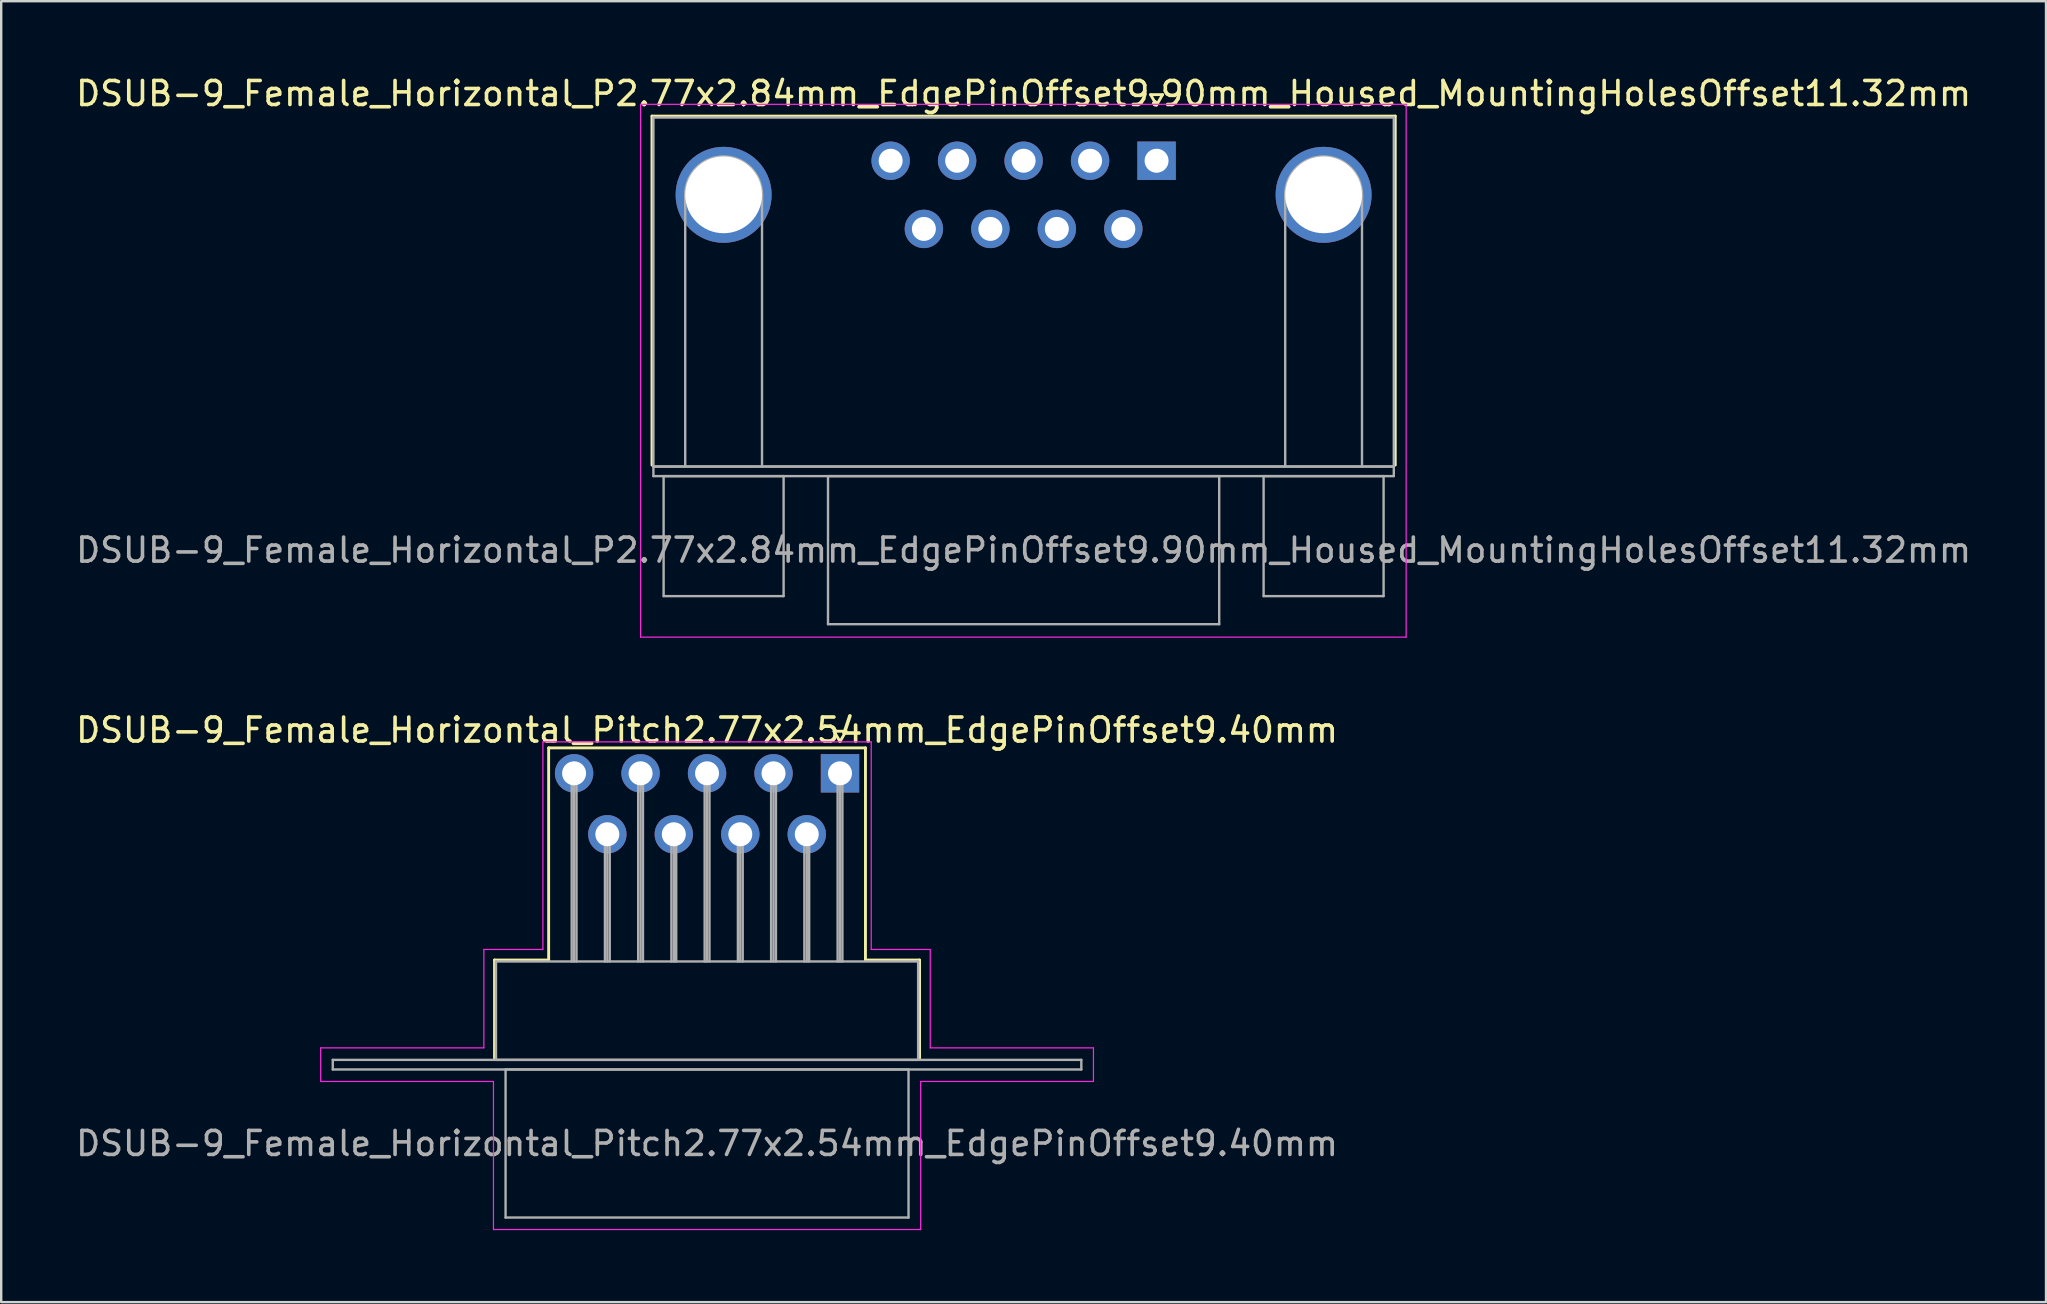
<source format=kicad_pcb>
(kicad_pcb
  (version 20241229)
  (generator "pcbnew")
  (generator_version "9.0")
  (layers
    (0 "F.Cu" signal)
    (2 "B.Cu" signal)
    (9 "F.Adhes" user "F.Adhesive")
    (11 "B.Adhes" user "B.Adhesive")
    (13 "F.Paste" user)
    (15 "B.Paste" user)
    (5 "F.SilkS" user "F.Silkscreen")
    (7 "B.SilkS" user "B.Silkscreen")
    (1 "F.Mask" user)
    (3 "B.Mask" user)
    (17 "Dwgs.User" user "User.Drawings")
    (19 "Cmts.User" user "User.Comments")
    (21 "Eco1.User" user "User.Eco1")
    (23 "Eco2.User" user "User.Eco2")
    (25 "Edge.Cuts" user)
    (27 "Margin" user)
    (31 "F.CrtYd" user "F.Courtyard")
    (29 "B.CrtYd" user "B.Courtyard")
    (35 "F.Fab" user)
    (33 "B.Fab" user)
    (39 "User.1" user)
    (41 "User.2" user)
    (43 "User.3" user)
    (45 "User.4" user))
  (footprint "DSUB-9_Female_Horizontal_Pitch2.77x2.54mm_EdgePinOffset9.40mm"
    (layer "F.Cu")
    (at 31.951 29.172)
    (property "Reference" "DSUB-9_Female_Horizontal_Pitch2.77x2.54mm_EdgePinOffset9.40mm" (at -5.54 -1.8 0) (layer "F.SilkS") (effects (font (size 1 1) (thickness 0.15))))
    (attr through_hole)
    (fp_line (start -14.395 7.78) (end -12.14 7.78) (stroke (width 0.12) (type solid)) (layer "F.SilkS"))
    (fp_line (start -14.395 11.88) (end -14.395 7.78) (stroke (width 0.12) (type solid)) (layer "F.SilkS"))
    (fp_line (start -12.14 -1.06) (end 1.06 -1.06) (stroke (width 0.12) (type solid)) (layer "F.SilkS"))
    (fp_line (start -12.14 7.78) (end -12.14 -1.06) (stroke (width 0.12) (type solid)) (layer "F.SilkS"))
    (fp_line (start -0.25 -1.754) (end 0.25 -1.754) (stroke (width 0.12) (type solid)) (layer "F.SilkS"))
    (fp_line (start 0 -1.321) (end -0.25 -1.754) (stroke (width 0.12) (type solid)) (layer "F.SilkS"))
    (fp_line (start 0.25 -1.754) (end 0 -1.321) (stroke (width 0.12) (type solid)) (layer "F.SilkS"))
    (fp_line (start 1.06 -1.06) (end 1.06 7.78) (stroke (width 0.12) (type solid)) (layer "F.SilkS"))
    (fp_line (start 1.06 7.78) (end 3.315 7.78) (stroke (width 0.12) (type solid)) (layer "F.SilkS"))
    (fp_line (start 3.315 7.78) (end 3.315 11.88) (stroke (width 0.12) (type solid)) (layer "F.SilkS"))
    (fp_line (start -21.64 11.44) (end -14.84 11.44) (stroke (width 0.05) (type solid)) (layer "F.CrtYd"))
    (fp_line (start -21.64 12.84) (end -21.64 11.44) (stroke (width 0.05) (type solid)) (layer "F.CrtYd"))
    (fp_line (start -14.84 7.34) (end -12.38 7.34) (stroke (width 0.05) (type solid)) (layer "F.CrtYd"))
    (fp_line (start -14.84 11.44) (end -14.84 7.34) (stroke (width 0.05) (type solid)) (layer "F.CrtYd"))
    (fp_line (start -14.44 12.84) (end -21.64 12.84) (stroke (width 0.05) (type solid)) (layer "F.CrtYd"))
    (fp_line (start -14.44 19.01) (end -14.44 12.84) (stroke (width 0.05) (type solid)) (layer "F.CrtYd"))
    (fp_line (start -12.38 -1.31) (end 1.3 -1.31) (stroke (width 0.05) (type solid)) (layer "F.CrtYd"))
    (fp_line (start -12.38 7.34) (end -12.38 -1.31) (stroke (width 0.05) (type solid)) (layer "F.CrtYd"))
    (fp_line (start 1.3 -1.31) (end 1.3 7.34) (stroke (width 0.05) (type solid)) (layer "F.CrtYd"))
    (fp_line (start 1.3 7.34) (end 3.76 7.34) (stroke (width 0.05) (type solid)) (layer "F.CrtYd"))
    (fp_line (start 3.36 12.84) (end 3.36 19.01) (stroke (width 0.05) (type solid)) (layer "F.CrtYd"))
    (fp_line (start 3.36 19.01) (end -14.44 19.01) (stroke (width 0.05) (type solid)) (layer "F.CrtYd"))
    (fp_line (start 3.76 7.34) (end 3.76 11.44) (stroke (width 0.05) (type solid)) (layer "F.CrtYd"))
    (fp_line (start 3.76 11.44) (end 10.56 11.44) (stroke (width 0.05) (type solid)) (layer "F.CrtYd"))
    (fp_line (start 10.56 11.44) (end 10.56 12.84) (stroke (width 0.05) (type solid)) (layer "F.CrtYd"))
    (fp_line (start 10.56 12.84) (end 3.36 12.84) (stroke (width 0.05) (type solid)) (layer "F.CrtYd"))
    (fp_line (start -21.135 11.94) (end -21.135 12.34) (stroke (width 0.1) (type solid)) (layer "F.Fab"))
    (fp_line (start -21.135 12.34) (end 10.055 12.34) (stroke (width 0.1) (type solid)) (layer "F.Fab"))
    (fp_line (start -14.335 7.84) (end -14.335 11.94) (stroke (width 0.1) (type solid)) (layer "F.Fab"))
    (fp_line (start -14.335 11.94) (end 3.255 11.94) (stroke (width 0.1) (type solid)) (layer "F.Fab"))
    (fp_line (start -13.935 12.34) (end -13.935 18.51) (stroke (width 0.1) (type solid)) (layer "F.Fab"))
    (fp_line (start -13.935 18.51) (end 2.855 18.51) (stroke (width 0.1) (type solid)) (layer "F.Fab"))
    (fp_line (start -11.18 0) (end -11.18 7.84) (stroke (width 0.1) (type solid)) (layer "F.Fab"))
    (fp_line (start -11.08 0) (end -11.08 7.84) (stroke (width 0.1) (type solid)) (layer "F.Fab"))
    (fp_line (start -10.98 0) (end -10.98 7.84) (stroke (width 0.1) (type solid)) (layer "F.Fab"))
    (fp_line (start -9.795 2.54) (end -9.795 7.84) (stroke (width 0.1) (type solid)) (layer "F.Fab"))
    (fp_line (start -9.695 2.54) (end -9.695 7.84) (stroke (width 0.1) (type solid)) (layer "F.Fab"))
    (fp_line (start -9.595 2.54) (end -9.595 7.84) (stroke (width 0.1) (type solid)) (layer "F.Fab"))
    (fp_line (start -8.41 0) (end -8.41 7.84) (stroke (width 0.1) (type solid)) (layer "F.Fab"))
    (fp_line (start -8.31 0) (end -8.31 7.84) (stroke (width 0.1) (type solid)) (layer "F.Fab"))
    (fp_line (start -8.21 0) (end -8.21 7.84) (stroke (width 0.1) (type solid)) (layer "F.Fab"))
    (fp_line (start -7.025 2.54) (end -7.025 7.84) (stroke (width 0.1) (type solid)) (layer "F.Fab"))
    (fp_line (start -6.925 2.54) (end -6.925 7.84) (stroke (width 0.1) (type solid)) (layer "F.Fab"))
    (fp_line (start -6.825 2.54) (end -6.825 7.84) (stroke (width 0.1) (type solid)) (layer "F.Fab"))
    (fp_line (start -5.64 0) (end -5.64 7.84) (stroke (width 0.1) (type solid)) (layer "F.Fab"))
    (fp_line (start -5.54 0) (end -5.54 7.84) (stroke (width 0.1) (type solid)) (layer "F.Fab"))
    (fp_line (start -5.44 0) (end -5.44 7.84) (stroke (width 0.1) (type solid)) (layer "F.Fab"))
    (fp_line (start -4.255 2.54) (end -4.255 7.84) (stroke (width 0.1) (type solid)) (layer "F.Fab"))
    (fp_line (start -4.155 2.54) (end -4.155 7.84) (stroke (width 0.1) (type solid)) (layer "F.Fab"))
    (fp_line (start -4.055 2.54) (end -4.055 7.84) (stroke (width 0.1) (type solid)) (layer "F.Fab"))
    (fp_line (start -2.87 0) (end -2.87 7.84) (stroke (width 0.1) (type solid)) (layer "F.Fab"))
    (fp_line (start -2.77 0) (end -2.77 7.84) (stroke (width 0.1) (type solid)) (layer "F.Fab"))
    (fp_line (start -2.67 0) (end -2.67 7.84) (stroke (width 0.1) (type solid)) (layer "F.Fab"))
    (fp_line (start -1.485 2.54) (end -1.485 7.84) (stroke (width 0.1) (type solid)) (layer "F.Fab"))
    (fp_line (start -1.385 2.54) (end -1.385 7.84) (stroke (width 0.1) (type solid)) (layer "F.Fab"))
    (fp_line (start -1.285 2.54) (end -1.285 7.84) (stroke (width 0.1) (type solid)) (layer "F.Fab"))
    (fp_line (start -0.1 0) (end -0.1 7.84) (stroke (width 0.1) (type solid)) (layer "F.Fab"))
    (fp_line (start 0 0) (end 0 7.84) (stroke (width 0.1) (type solid)) (layer "F.Fab"))
    (fp_line (start 0.1 0) (end 0.1 7.84) (stroke (width 0.1) (type solid)) (layer "F.Fab"))
    (fp_line (start 2.855 12.34) (end -13.935 12.34) (stroke (width 0.1) (type solid)) (layer "F.Fab"))
    (fp_line (start 2.855 18.51) (end 2.855 12.34) (stroke (width 0.1) (type solid)) (layer "F.Fab"))
    (fp_line (start 3.255 7.84) (end -14.335 7.84) (stroke (width 0.1) (type solid)) (layer "F.Fab"))
    (fp_line (start 3.255 11.94) (end 3.255 7.84) (stroke (width 0.1) (type solid)) (layer "F.Fab"))
    (fp_line (start 10.055 11.94) (end -21.135 11.94) (stroke (width 0.1) (type solid)) (layer "F.Fab"))
    (fp_line (start 10.055 12.34) (end 10.055 11.94) (stroke (width 0.1) (type solid)) (layer "F.Fab"))
    (fp_text user "${REFERENCE}" (at -5.54 15.425 0) (layer "F.Fab") (effects (font (size 1 1) (thickness 0.15))))
    (pad "1" thru_hole rect (at 0 0) (size 1.6 1.6) (drill 1) (layers "*.Cu" "*.Mask"))
    (pad "2" thru_hole circle (at -2.77 0) (size 1.6 1.6) (drill 1) (layers "*.Cu" "*.Mask"))
    (pad "3" thru_hole circle (at -5.54 0) (size 1.6 1.6) (drill 1) (layers "*.Cu" "*.Mask"))
    (pad "4" thru_hole circle (at -8.31 0) (size 1.6 1.6) (drill 1) (layers "*.Cu" "*.Mask"))
    (pad "5" thru_hole circle (at -11.08 0) (size 1.6 1.6) (drill 1) (layers "*.Cu" "*.Mask"))
    (pad "6" thru_hole circle (at -1.385 2.54) (size 1.6 1.6) (drill 1) (layers "*.Cu" "*.Mask"))
    (pad "7" thru_hole circle (at -4.155 2.54) (size 1.6 1.6) (drill 1) (layers "*.Cu" "*.Mask"))
    (pad "8" thru_hole circle (at -6.925 2.54) (size 1.6 1.6) (drill 1) (layers "*.Cu" "*.Mask"))
    (pad "9" thru_hole circle (at -9.695 2.54) (size 1.6 1.6) (drill 1) (layers "*.Cu" "*.Mask")))
  (footprint "DSUB-9_Female_Horizontal_P2.77x2.84mm_EdgePinOffset9.90mm_Housed_MountingHolesOffset11.32mm"
    (layer "F.Cu")
    (at 45.141 3.648)
    (property "Reference" "DSUB-9_Female_Horizontal_P2.77x2.84mm_EdgePinOffset9.90mm_Housed_MountingHolesOffset11.32mm" (at -5.54 -2.8 0) (layer "F.SilkS") (effects (font (size 1 1) (thickness 0.15))))
    (attr through_hole)
    (fp_line (start -21.025 -1.86) (end 9.945 -1.86) (stroke (width 0.12) (type solid)) (layer "F.SilkS"))
    (fp_line (start -21.025 12.68) (end -21.025 -1.86) (stroke (width 0.12) (type solid)) (layer "F.SilkS"))
    (fp_line (start -0.25 -2.754) (end 0.25 -2.754) (stroke (width 0.12) (type solid)) (layer "F.SilkS"))
    (fp_line (start 0 -2.321) (end -0.25 -2.754) (stroke (width 0.12) (type solid)) (layer "F.SilkS"))
    (fp_line (start 0.25 -2.754) (end 0 -2.321) (stroke (width 0.12) (type solid)) (layer "F.SilkS"))
    (fp_line (start 9.945 -1.86) (end 9.945 12.68) (stroke (width 0.12) (type solid)) (layer "F.SilkS"))
    (fp_line (start -21.5 -2.35) (end -21.5 19.85) (stroke (width 0.05) (type solid)) (layer "F.CrtYd"))
    (fp_line (start -21.5 19.85) (end 10.4 19.85) (stroke (width 0.05) (type solid)) (layer "F.CrtYd"))
    (fp_line (start 10.4 -2.35) (end -21.5 -2.35) (stroke (width 0.05) (type solid)) (layer "F.CrtYd"))
    (fp_line (start 10.4 19.85) (end 10.4 -2.35) (stroke (width 0.05) (type solid)) (layer "F.CrtYd"))
    (fp_line (start -20.965 -1.8) (end -20.965 12.74) (stroke (width 0.1) (type solid)) (layer "F.Fab"))
    (fp_line (start -20.965 12.74) (end -20.965 13.14) (stroke (width 0.1) (type solid)) (layer "F.Fab"))
    (fp_line (start -20.965 12.74) (end 9.885 12.74) (stroke (width 0.1) (type solid)) (layer "F.Fab"))
    (fp_line (start -20.965 13.14) (end 9.885 13.14) (stroke (width 0.1) (type solid)) (layer "F.Fab"))
    (fp_line (start -20.54 13.14) (end -20.54 18.14) (stroke (width 0.1) (type solid)) (layer "F.Fab"))
    (fp_line (start -20.54 18.14) (end -15.54 18.14) (stroke (width 0.1) (type solid)) (layer "F.Fab"))
    (fp_line (start -19.64 12.74) (end -19.64 1.42) (stroke (width 0.1) (type solid)) (layer "F.Fab"))
    (fp_line (start -16.44 12.74) (end -16.44 1.42) (stroke (width 0.1) (type solid)) (layer "F.Fab"))
    (fp_line (start -15.54 13.14) (end -20.54 13.14) (stroke (width 0.1) (type solid)) (layer "F.Fab"))
    (fp_line (start -15.54 18.14) (end -15.54 13.14) (stroke (width 0.1) (type solid)) (layer "F.Fab"))
    (fp_line (start -13.69 13.14) (end -13.69 19.31) (stroke (width 0.1) (type solid)) (layer "F.Fab"))
    (fp_line (start -13.69 19.31) (end 2.61 19.31) (stroke (width 0.1) (type solid)) (layer "F.Fab"))
    (fp_line (start 2.61 13.14) (end -13.69 13.14) (stroke (width 0.1) (type solid)) (layer "F.Fab"))
    (fp_line (start 2.61 19.31) (end 2.61 13.14) (stroke (width 0.1) (type solid)) (layer "F.Fab"))
    (fp_line (start 4.46 13.14) (end 4.46 18.14) (stroke (width 0.1) (type solid)) (layer "F.Fab"))
    (fp_line (start 4.46 18.14) (end 9.46 18.14) (stroke (width 0.1) (type solid)) (layer "F.Fab"))
    (fp_line (start 5.36 12.74) (end 5.36 1.42) (stroke (width 0.1) (type solid)) (layer "F.Fab"))
    (fp_line (start 8.56 12.74) (end 8.56 1.42) (stroke (width 0.1) (type solid)) (layer "F.Fab"))
    (fp_line (start 9.46 13.14) (end 4.46 13.14) (stroke (width 0.1) (type solid)) (layer "F.Fab"))
    (fp_line (start 9.46 18.14) (end 9.46 13.14) (stroke (width 0.1) (type solid)) (layer "F.Fab"))
    (fp_line (start 9.885 -1.8) (end -20.965 -1.8) (stroke (width 0.1) (type solid)) (layer "F.Fab"))
    (fp_line (start 9.885 12.74) (end -20.965 12.74) (stroke (width 0.1) (type solid)) (layer "F.Fab"))
    (fp_line (start 9.885 12.74) (end 9.885 -1.8) (stroke (width 0.1) (type solid)) (layer "F.Fab"))
    (fp_line (start 9.885 13.14) (end 9.885 12.74) (stroke (width 0.1) (type solid)) (layer "F.Fab"))
    (fp_arc (start -19.64 1.42) (mid -18.04 -0.18) (end -16.44 1.42) (stroke (width 0.1) (type solid)) (layer "F.Fab"))
    (fp_arc (start 5.36 1.42) (mid 6.96 -0.18) (end 8.56 1.42) (stroke (width 0.1) (type solid)) (layer "F.Fab"))
    (fp_text user "${REFERENCE}" (at -5.54 16.225 0) (layer "F.Fab") (effects (font (size 1 1) (thickness 0.15))))
    (pad "0" thru_hole circle (at -18.04 1.42) (size 4 4) (drill 3.2) (layers "*.Cu" "*.Mask"))
    (pad "0" thru_hole circle (at 6.96 1.42) (size 4 4) (drill 3.2) (layers "*.Cu" "*.Mask"))
    (pad "1" thru_hole rect (at 0 0) (size 1.6 1.6) (drill 1) (layers "*.Cu" "*.Mask"))
    (pad "2" thru_hole circle (at -2.77 0) (size 1.6 1.6) (drill 1) (layers "*.Cu" "*.Mask"))
    (pad "3" thru_hole circle (at -5.54 0) (size 1.6 1.6) (drill 1) (layers "*.Cu" "*.Mask"))
    (pad "4" thru_hole circle (at -8.31 0) (size 1.6 1.6) (drill 1) (layers "*.Cu" "*.Mask"))
    (pad "5" thru_hole circle (at -11.08 0) (size 1.6 1.6) (drill 1) (layers "*.Cu" "*.Mask"))
    (pad "6" thru_hole circle (at -1.385 2.84) (size 1.6 1.6) (drill 1) (layers "*.Cu" "*.Mask"))
    (pad "7" thru_hole circle (at -4.155 2.84) (size 1.6 1.6) (drill 1) (layers "*.Cu" "*.Mask"))
    (pad "8" thru_hole circle (at -6.925 2.84) (size 1.6 1.6) (drill 1) (layers "*.Cu" "*.Mask"))
    (pad "9" thru_hole circle (at -9.695 2.84) (size 1.6 1.6) (drill 1) (layers "*.Cu" "*.Mask")))
  (gr_rect
    (start -3 -3)
    (end 82.202 51.206)
    (stroke (width 0.1) (type default))
    (fill no)
    (layer "Edge.Cuts")))
</source>
